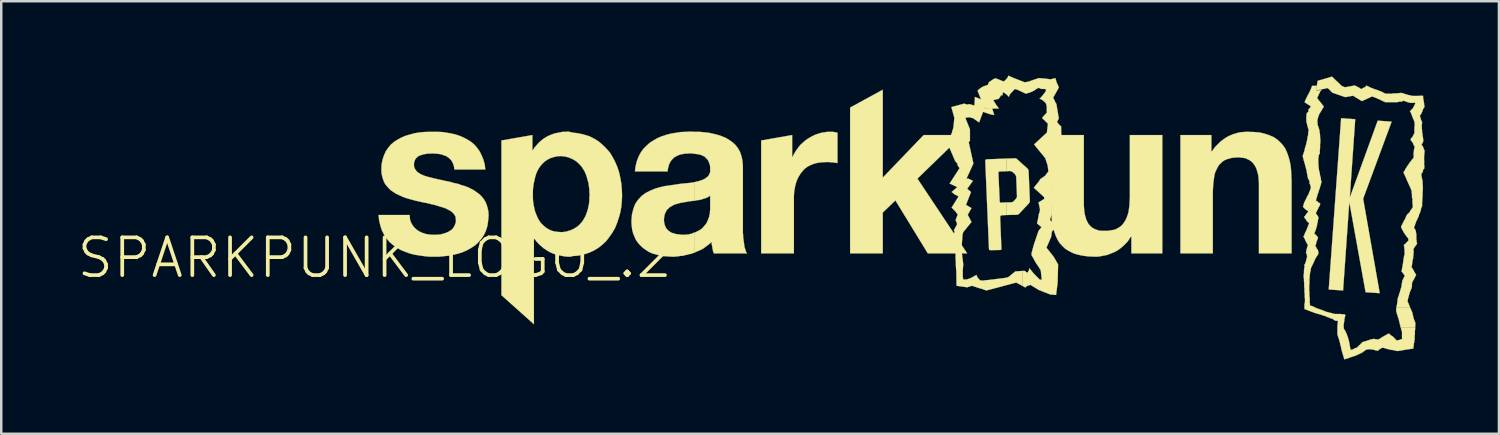
<source format=kicad_pcb>
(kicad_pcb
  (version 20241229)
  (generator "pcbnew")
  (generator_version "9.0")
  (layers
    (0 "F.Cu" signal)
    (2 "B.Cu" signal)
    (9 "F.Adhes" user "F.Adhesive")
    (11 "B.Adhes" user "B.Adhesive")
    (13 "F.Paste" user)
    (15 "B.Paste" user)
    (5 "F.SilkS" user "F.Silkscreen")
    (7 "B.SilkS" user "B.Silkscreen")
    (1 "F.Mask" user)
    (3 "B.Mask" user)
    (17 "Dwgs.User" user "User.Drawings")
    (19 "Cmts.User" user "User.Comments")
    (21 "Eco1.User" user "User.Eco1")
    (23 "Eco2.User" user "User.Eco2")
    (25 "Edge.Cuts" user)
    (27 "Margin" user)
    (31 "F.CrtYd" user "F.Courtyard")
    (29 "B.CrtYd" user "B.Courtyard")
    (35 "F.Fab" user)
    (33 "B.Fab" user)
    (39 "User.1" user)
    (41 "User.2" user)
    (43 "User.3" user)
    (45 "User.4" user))
  (footprint "SPARKPUNK_LOGO_.2"
    (layer "F.Cu")
    (at 12.083 7.363)
    (property "Reference" "SPARKPUNK_LOGO_.2" (at 0 0 0) (layer "F.SilkS") (effects (font (size 1.524 1.524) (thickness 0.15))))
    (attr exclude_from_pos_files exclude_from_bom)
    (fp_poly (pts (xy 26.17 1.138) (xy 26.17 0.528) (xy 25.87 0.549) (xy 25.588 0.78) (xy 25.519 0.798) (xy 25.418 0.818) (xy 24.648 0.909) (xy 24.648 1.298) (xy 24.699 1.318) (xy 25.908 0.998)) (stroke (width 0.01) (type solid)) (fill yes) (layer "F.SilkS"))
    (fp_poly (pts (xy 39.599 -5.598) (xy 39.378 -2.428) (xy 40.508 -5.54) (xy 41.069 -5.499) (xy 39.919 -2.388) (xy 40.589 1.427) (xy 40.018 1.389) (xy 39.36 -2.258) (xy 39.108 1.318) (xy 38.529 1.278) (xy 39.03 -5.639)) (stroke (width 0.01) (type solid)) (fill yes) (layer "F.SilkS"))
    (fp_poly (pts (xy 19.2 -6.068) (xy 20.518 -6.789) (xy 20.518 -3.239) (xy 22.169 -4.958) (xy 23.729 -4.958) (xy 21.918 -3.198) (xy 23.929 -0.178) (xy 22.339 -0.178) (xy 21.029 -2.319) (xy 20.518 -1.829) (xy 20.518 -0.178) (xy 19.2 -0.178)) (stroke (width 0.01) (type solid)) (fill yes) (layer "F.SilkS"))
    (fp_poly (pts (xy 15.608 -4.74) (xy 16.858 -4.958) (xy 16.858 -4.079) (xy 16.878 -4.079) (xy 16.929 -4.188) (xy 16.988 -4.288) (xy 17.13 -4.488) (xy 17.209 -4.58) (xy 17.389 -4.74) (xy 17.488 -4.808) (xy 17.59 -4.869) (xy 17.699 -4.928) (xy 17.808 -4.978) (xy 17.93 -5.019) (xy 18.039 -5.05) (xy 18.278 -5.088) (xy 18.519 -5.088) (xy 18.539 -5.08) (xy 18.57 -5.08) (xy 18.588 -5.07) (xy 18.618 -5.07) (xy 18.639 -5.06) (xy 18.659 -5.06) (xy 18.679 -5.05) (xy 18.689 -5.05) (xy 18.689 -3.828) (xy 18.669 -3.828) (xy 18.649 -3.838) (xy 18.588 -3.838) (xy 18.56 -3.848) (xy 18.529 -3.848) (xy 18.499 -3.858) (xy 18.41 -3.858) (xy 18.379 -3.868) (xy 18.219 -3.868) (xy 18.049 -3.858) (xy 17.889 -3.838) (xy 17.739 -3.8) (xy 17.61 -3.749) (xy 17.488 -3.688) (xy 17.379 -3.609) (xy 17.29 -3.518) (xy 17.209 -3.419) (xy 17.14 -3.31) (xy 17.079 -3.198) (xy 17.028 -3.068) (xy 16.988 -2.929) (xy 16.96 -2.789) (xy 16.939 -2.649) (xy 16.929 -2.489) (xy 16.929 -0.178) (xy 15.608 -0.178)) (stroke (width 0.01) (type solid)) (fill yes) (layer "F.SilkS"))
    (fp_poly (pts (xy 25.519 -4.008) (xy 24.709 -3.978) (xy 24.699 -3.978) (xy 24.689 -3.967) (xy 24.679 -3.967) (xy 24.679 -3.96) (xy 24.668 -3.95) (xy 24.668 -3.94) (xy 24.658 -3.929) (xy 24.658 -3.909) (xy 24.808 -0.358) (xy 24.808 -0.338) (xy 24.818 -0.338) (xy 24.818 -0.328) (xy 24.828 -0.328) (xy 24.828 -0.318) (xy 24.839 -0.318) (xy 24.849 -0.31) (xy 24.869 -0.31) (xy 25.258 -0.318) (xy 25.278 -0.318) (xy 25.288 -0.328) (xy 25.298 -0.328) (xy 25.298 -0.338) (xy 25.309 -0.338) (xy 25.309 -0.378) (xy 25.258 -1.659) (xy 25.268 -1.669) (xy 25.268 -1.689) (xy 25.278 -1.699) (xy 25.288 -1.699) (xy 25.288 -1.709) (xy 25.298 -1.709) (xy 25.309 -1.72) (xy 25.319 -1.72) (xy 25.519 -1.73) (xy 25.519 -2.238) (xy 25.298 -2.228) (xy 25.268 -2.228) (xy 25.248 -2.248) (xy 25.248 -2.258) (xy 25.24 -2.258) (xy 25.24 -2.289) (xy 25.189 -3.429) (xy 25.189 -3.459) (xy 25.199 -3.459) (xy 25.199 -3.47) (xy 25.209 -3.47) (xy 25.209 -3.48) (xy 25.22 -3.48) (xy 25.23 -3.49) (xy 25.248 -3.49) (xy 25.519 -3.498)) (stroke (width 0.01) (type solid)) (fill yes) (layer "F.SilkS"))
    (fp_poly (pts (xy 7.968 -5.06) (xy 7.968 -3.998) (xy 8.059 -3.95) (xy 8.148 -3.889) (xy 8.219 -3.828) (xy 8.288 -3.759) (xy 8.359 -3.678) (xy 8.41 -3.599) (xy 8.468 -3.508) (xy 8.509 -3.419) (xy 8.55 -3.32) (xy 8.578 -3.218) (xy 8.608 -3.109) (xy 8.639 -3.01) (xy 8.649 -2.898) (xy 8.669 -2.779) (xy 8.669 -2.67) (xy 8.679 -2.558) (xy 8.669 -2.438) (xy 8.669 -2.329) (xy 8.659 -2.21) (xy 8.639 -2.108) (xy 8.618 -1.999) (xy 8.588 -1.89) (xy 8.55 -1.788) (xy 8.519 -1.699) (xy 8.418 -1.519) (xy 8.359 -1.438) (xy 8.298 -1.369) (xy 8.23 -1.298) (xy 8.148 -1.24) (xy 8.07 -1.189) (xy 7.968 -1.138) (xy 7.968 -0.069) (xy 8.219 -0.089) (xy 8.448 -0.14) (xy 8.659 -0.208) (xy 8.86 -0.3) (xy 9.04 -0.409) (xy 9.2 -0.538) (xy 9.35 -0.678) (xy 9.479 -0.848) (xy 9.599 -1.019) (xy 9.708 -1.209) (xy 9.789 -1.41) (xy 9.858 -1.618) (xy 9.919 -1.839) (xy 9.959 -2.06) (xy 9.98 -2.289) (xy 9.99 -2.52) (xy 9.98 -2.769) (xy 9.959 -3) (xy 9.919 -3.228) (xy 9.868 -3.459) (xy 9.799 -3.668) (xy 9.708 -3.879) (xy 9.609 -4.069) (xy 9.5 -4.249) (xy 9.36 -4.409) (xy 9.207 -4.559) (xy 9.047 -4.699) (xy 8.87 -4.808) (xy 8.669 -4.91) (xy 8.448 -4.978) (xy 8.219 -5.029)) (stroke (width 0.01) (type solid)) (fill yes) (layer "F.SilkS"))
    (fp_poly (pts (xy 31.808 -0.178) (xy 30.559 -0.178) (xy 30.559 -0.848) (xy 30.528 -0.848) (xy 30.47 -0.749) (xy 30.399 -0.648) (xy 30.239 -0.488) (xy 30.16 -0.419) (xy 30.069 -0.348) (xy 29.98 -0.29) (xy 29.888 -0.239) (xy 29.588 -0.119) (xy 29.489 -0.099) (xy 29.378 -0.079) (xy 29.279 -0.058) (xy 29.18 -0.048) (xy 29.068 -0.048) (xy 28.819 -0.058) (xy 28.588 -0.089) (xy 28.39 -0.13) (xy 28.209 -0.188) (xy 28.049 -0.269) (xy 27.899 -0.358) (xy 27.78 -0.47) (xy 27.668 -0.589) (xy 27.579 -0.729) (xy 27.508 -0.879) (xy 27.45 -1.039) (xy 27.399 -1.209) (xy 27.358 -1.4) (xy 27.338 -1.598) (xy 27.328 -1.798) (xy 27.318 -2.019) (xy 27.318 -4.958) (xy 28.639 -4.958) (xy 28.639 -2.118) (xy 28.659 -1.859) (xy 28.679 -1.748) (xy 28.71 -1.638) (xy 28.738 -1.539) (xy 28.819 -1.379) (xy 28.88 -1.308) (xy 28.938 -1.25) (xy 29.009 -1.199) (xy 29.088 -1.158) (xy 29.169 -1.128) (xy 29.258 -1.1) (xy 29.367 -1.09) (xy 29.609 -1.09) (xy 29.728 -1.11) (xy 29.84 -1.128) (xy 29.939 -1.158) (xy 30.028 -1.209) (xy 30.109 -1.26) (xy 30.188 -1.328) (xy 30.249 -1.41) (xy 30.31 -1.499) (xy 30.358 -1.598) (xy 30.399 -1.709) (xy 30.439 -1.829) (xy 30.46 -1.968) (xy 30.48 -2.118) (xy 30.488 -2.278) (xy 30.498 -2.459) (xy 30.498 -4.958) (xy 31.808 -4.958)) (stroke (width 0.01) (type solid)) (fill yes) (layer "F.SilkS"))
    (fp_poly (pts (xy 32.54 -4.958) (xy 33.79 -4.958) (xy 33.79 -4.298) (xy 33.81 -4.298) (xy 33.879 -4.399) (xy 33.95 -4.488) (xy 34.11 -4.648) (xy 34.188 -4.719) (xy 34.28 -4.788) (xy 34.369 -4.849) (xy 34.458 -4.9) (xy 34.559 -4.948) (xy 34.658 -4.989) (xy 34.859 -5.05) (xy 34.958 -5.07) (xy 35.07 -5.08) (xy 35.169 -5.088) (xy 35.278 -5.088) (xy 35.53 -5.08) (xy 35.748 -5.06) (xy 35.959 -5.009) (xy 36.139 -4.948) (xy 36.299 -4.879) (xy 36.449 -4.778) (xy 36.568 -4.669) (xy 36.678 -4.549) (xy 36.769 -4.42) (xy 36.838 -4.27) (xy 36.899 -4.1) (xy 36.949 -3.929) (xy 36.987 -3.739) (xy 37.008 -3.548) (xy 37.018 -3.338) (xy 37.028 -3.119) (xy 37.028 -0.178) (xy 35.71 -0.178) (xy 35.71 -3.018) (xy 35.7 -3.16) (xy 35.69 -3.279) (xy 35.669 -3.399) (xy 35.608 -3.599) (xy 35.568 -3.688) (xy 35.469 -3.828) (xy 35.408 -3.889) (xy 35.339 -3.94) (xy 35.179 -4.018) (xy 35.08 -4.039) (xy 34.978 -4.049) (xy 34.869 -4.059) (xy 34.74 -4.049) (xy 34.618 -4.039) (xy 34.508 -4.008) (xy 34.409 -3.978) (xy 34.318 -3.94) (xy 34.229 -3.879) (xy 34.089 -3.739) (xy 34.039 -3.65) (xy 33.988 -3.548) (xy 33.939 -3.439) (xy 33.909 -3.31) (xy 33.889 -3.17) (xy 33.868 -3.018) (xy 33.858 -2.857) (xy 33.848 -2.69) (xy 33.848 -0.178) (xy 32.54 -0.178)) (stroke (width 0.01) (type solid)) (fill yes) (layer "F.SilkS"))
    (fp_poly (pts (xy 41.819 2.019) (xy 41.26 2.019) (xy 41.25 2.139) (xy 41.27 2.2) (xy 41.278 2.22) (xy 41.278 2.248) (xy 41.288 2.278) (xy 41.298 2.299) (xy 41.308 2.329) (xy 41.318 2.349) (xy 41.318 2.38) (xy 41.328 2.408) (xy 41.339 2.428) (xy 41.359 2.489) (xy 41.359 2.51) (xy 41.379 2.568) (xy 41.379 2.588) (xy 41.389 2.609) (xy 41.389 2.629) (xy 41.399 2.649) (xy 41.399 2.68) (xy 41.41 2.69) (xy 41.41 2.718) (xy 41.42 2.728) (xy 41.42 2.769) (xy 41.438 2.809) (xy 42.019 2.809) (xy 42.019 2.728) (xy 42.029 2.718) (xy 42.029 2.629) (xy 42.019 2.619) (xy 42.019 2.598) (xy 42.009 2.578) (xy 41.999 2.568) (xy 41.999 2.548) (xy 41.989 2.53) (xy 41.979 2.52) (xy 41.979 2.499) (xy 41.958 2.459) (xy 41.958 2.438) (xy 41.948 2.418) (xy 41.948 2.398) (xy 41.938 2.38) (xy 41.938 2.339) (xy 41.928 2.329) (xy 41.928 2.299) (xy 41.918 2.289) (xy 41.918 2.258) (xy 41.91 2.248) (xy 41.91 2.228) (xy 41.9 2.22) (xy 41.9 2.2) (xy 41.89 2.179) (xy 41.89 2.169) (xy 41.88 2.159) (xy 41.88 2.149) (xy 41.869 2.129) (xy 41.869 2.118) (xy 41.859 2.108) (xy 41.859 2.098) (xy 41.849 2.088) (xy 41.849 2.078) (xy 41.839 2.06) (xy 41.829 2.05) (xy 41.829 2.04) (xy 41.819 2.029)) (stroke (width 0.01) (type solid)) (fill yes) (layer "F.SilkS"))
    (fp_poly (pts (xy 25.519 -4.008) (xy 25.519 -3.498) (xy 25.649 -3.508) (xy 25.659 -3.508) (xy 25.669 -3.498) (xy 25.71 -3.498) (xy 25.718 -3.49) (xy 25.728 -3.49) (xy 25.738 -3.48) (xy 25.748 -3.48) (xy 25.748 -3.47) (xy 25.758 -3.47) (xy 25.87 -3.368) (xy 25.87 -3.358) (xy 25.878 -3.348) (xy 25.878 -3.338) (xy 25.888 -3.338) (xy 25.888 -3.32) (xy 25.898 -3.32) (xy 25.898 -3.289) (xy 25.908 -3.279) (xy 25.908 -3.269) (xy 25.938 -2.499) (xy 25.938 -2.459) (xy 25.928 -2.449) (xy 25.928 -2.428) (xy 25.918 -2.418) (xy 25.918 -2.408) (xy 25.908 -2.408) (xy 25.908 -2.398) (xy 25.809 -2.289) (xy 25.789 -2.268) (xy 25.778 -2.268) (xy 25.768 -2.258) (xy 25.758 -2.258) (xy 25.748 -2.248) (xy 25.718 -2.248) (xy 25.718 -2.238) (xy 25.519 -2.238) (xy 25.519 -1.73) (xy 25.938 -1.74) (xy 25.949 -1.74) (xy 25.949 -1.748) (xy 25.979 -1.748) (xy 25.989 -1.758) (xy 25.999 -1.758) (xy 26.01 -1.768) (xy 26.02 -1.768) (xy 26.02 -1.778) (xy 26.03 -1.778) (xy 26.03 -1.788) (xy 26.419 -2.2) (xy 26.419 -2.21) (xy 26.439 -2.228) (xy 26.439 -2.238) (xy 26.449 -2.248) (xy 26.449 -2.268) (xy 26.459 -2.278) (xy 26.459 -2.299) (xy 26.408 -3.508) (xy 26.408 -3.518) (xy 26.398 -3.528) (xy 26.398 -3.548) (xy 26.388 -3.559) (xy 26.388 -3.579) (xy 26.358 -3.609) (xy 25.938 -3.988) (xy 25.928 -3.988) (xy 25.928 -3.998) (xy 25.918 -3.998) (xy 25.908 -4.008) (xy 25.888 -4.008) (xy 25.888 -4.018) (xy 25.85 -4.018)) (stroke (width 0.01) (type solid)) (fill yes) (layer "F.SilkS"))
    (fp_poly (pts (xy 12.929 -0.218) (xy 12.929 -1.019) (xy 12.898 -1.019) (xy 12.857 -0.998) (xy 12.83 -0.988) (xy 12.809 -0.978) (xy 12.779 -0.968) (xy 12.758 -0.968) (xy 12.7 -0.95) (xy 12.68 -0.95) (xy 12.649 -0.94) (xy 12.588 -0.94) (xy 12.548 -0.93) (xy 12.408 -0.93) (xy 12.248 -0.95) (xy 12.179 -0.958) (xy 12.04 -0.998) (xy 11.979 -1.019) (xy 11.918 -1.059) (xy 11.869 -1.09) (xy 11.819 -1.138) (xy 11.778 -1.189) (xy 11.748 -1.24) (xy 11.72 -1.308) (xy 11.699 -1.379) (xy 11.689 -1.448) (xy 11.679 -1.539) (xy 11.689 -1.628) (xy 11.699 -1.709) (xy 11.72 -1.778) (xy 11.778 -1.9) (xy 11.819 -1.958) (xy 11.869 -1.999) (xy 11.918 -2.05) (xy 11.979 -2.078) (xy 12.04 -2.118) (xy 12.098 -2.149) (xy 12.309 -2.21) (xy 12.388 -2.228) (xy 12.459 -2.238) (xy 12.489 -2.248) (xy 12.52 -2.248) (xy 12.548 -2.258) (xy 12.578 -2.258) (xy 12.609 -2.268) (xy 12.639 -2.268) (xy 12.659 -2.278) (xy 12.718 -2.278) (xy 12.748 -2.289) (xy 12.779 -2.289) (xy 12.809 -2.299) (xy 12.868 -2.299) (xy 12.898 -2.309) (xy 12.929 -2.309) (xy 12.929 -3.058) (xy 12.748 -3.028) (xy 12.349 -2.99) (xy 11.72 -2.898) (xy 11.509 -2.85) (xy 11.308 -2.789) (xy 11.118 -2.708) (xy 10.94 -2.619) (xy 10.78 -2.499) (xy 10.648 -2.36) (xy 10.528 -2.189) (xy 10.45 -1.989) (xy 10.389 -1.748) (xy 10.368 -1.478) (xy 10.378 -1.298) (xy 10.399 -1.138) (xy 10.439 -0.978) (xy 10.498 -0.838) (xy 10.559 -0.709) (xy 10.638 -0.599) (xy 10.739 -0.488) (xy 10.838 -0.399) (xy 10.95 -0.318) (xy 11.079 -0.239) (xy 11.209 -0.178) (xy 11.509 -0.099) (xy 11.659 -0.069) (xy 11.999 -0.048) (xy 12.118 -0.048) (xy 12.179 -0.058) (xy 12.228 -0.058) (xy 12.349 -0.079) (xy 12.408 -0.079) (xy 12.469 -0.089) (xy 12.53 -0.109) (xy 12.588 -0.119) (xy 12.639 -0.13) (xy 12.7 -0.15) (xy 12.758 -0.157) (xy 12.819 -0.178) (xy 12.868 -0.198)) (stroke (width 0.01) (type solid)) (fill yes) (layer "F.SilkS"))
    (fp_poly (pts (xy 7.968 -5.06) (xy 7.958 -5.06) (xy 7.948 -5.07) (xy 7.92 -5.07) (xy 7.91 -5.08) (xy 7.879 -5.08) (xy 7.879 -5.088) (xy 7.849 -5.088) (xy 7.828 -5.098) (xy 7.808 -5.098) (xy 7.699 -5.088) (xy 7.59 -5.088) (xy 7.29 -5.029) (xy 7.188 -4.999) (xy 7.089 -4.958) (xy 6.998 -4.92) (xy 6.909 -4.869) (xy 6.828 -4.818) (xy 6.739 -4.75) (xy 6.668 -4.689) (xy 6.589 -4.608) (xy 6.449 -4.448) (xy 6.388 -4.348) (xy 6.368 -4.348) (xy 6.368 -4.958) (xy 5.118 -4.74) (xy 5.118 1.509) (xy 6.429 2.68) (xy 6.429 -0.77) (xy 6.459 -0.77) (xy 6.518 -0.678) (xy 6.589 -0.599) (xy 6.66 -0.528) (xy 6.82 -0.389) (xy 6.899 -0.338) (xy 6.988 -0.279) (xy 7.079 -0.229) (xy 7.168 -0.188) (xy 7.269 -0.15) (xy 7.358 -0.119) (xy 7.46 -0.099) (xy 7.569 -0.079) (xy 7.668 -0.058) (xy 7.777 -0.048) (xy 7.92 -0.048) (xy 7.92 -0.058) (xy 7.948 -0.058) (xy 7.958 -0.069) (xy 7.968 -0.069) (xy 7.968 -1.138) (xy 7.948 -1.128) (xy 7.92 -1.118) (xy 7.899 -1.11) (xy 7.869 -1.1) (xy 7.849 -1.09) (xy 7.818 -1.09) (xy 7.798 -1.079) (xy 7.739 -1.059) (xy 7.719 -1.059) (xy 7.689 -1.049) (xy 7.628 -1.049) (xy 7.6 -1.039) (xy 7.529 -1.039) (xy 7.379 -1.049) (xy 7.239 -1.069) (xy 7.109 -1.11) (xy 6.998 -1.168) (xy 6.888 -1.24) (xy 6.8 -1.318) (xy 6.708 -1.41) (xy 6.64 -1.509) (xy 6.579 -1.618) (xy 6.48 -1.859) (xy 6.449 -1.989) (xy 6.419 -2.129) (xy 6.398 -2.268) (xy 6.388 -2.408) (xy 6.388 -2.697) (xy 6.398 -2.85) (xy 6.419 -2.99) (xy 6.449 -3.129) (xy 6.48 -3.259) (xy 6.518 -3.388) (xy 6.568 -3.508) (xy 6.629 -3.619) (xy 6.708 -3.729) (xy 6.789 -3.818) (xy 6.878 -3.899) (xy 6.98 -3.967) (xy 7.099 -4.028) (xy 7.229 -4.069) (xy 7.369 -4.1) (xy 7.518 -4.11) (xy 7.559 -4.11) (xy 7.59 -4.1) (xy 7.648 -4.1) (xy 7.678 -4.089) (xy 7.709 -4.089) (xy 7.77 -4.069) (xy 7.788 -4.069) (xy 7.849 -4.049) (xy 7.869 -4.039) (xy 7.899 -4.028) (xy 7.92 -4.018) (xy 7.948 -4.008) (xy 7.968 -3.998)) (stroke (width 0.01) (type solid)) (fill yes) (layer "F.SilkS"))
    (fp_poly (pts (xy 12.769 -5.098) (xy 12.558 -5.088) (xy 12.36 -5.08) (xy 12.169 -5.05) (xy 11.968 -5.019) (xy 11.778 -4.968) (xy 11.598 -4.91) (xy 11.43 -4.839) (xy 11.27 -4.75) (xy 11.11 -4.648) (xy 10.978 -4.529) (xy 10.848 -4.399) (xy 10.749 -4.26) (xy 10.658 -4.089) (xy 10.589 -3.909) (xy 10.538 -3.708) (xy 10.508 -3.49) (xy 11.829 -3.49) (xy 11.839 -3.579) (xy 11.859 -3.668) (xy 11.88 -3.749) (xy 11.908 -3.818) (xy 11.948 -3.889) (xy 11.989 -3.95) (xy 12.088 -4.049) (xy 12.149 -4.089) (xy 12.21 -4.12) (xy 12.349 -4.178) (xy 12.428 -4.188) (xy 12.52 -4.209) (xy 12.609 -4.209) (xy 12.7 -4.219) (xy 12.779 -4.219) (xy 12.868 -4.209) (xy 13.028 -4.188) (xy 13.099 -4.178) (xy 13.17 -4.158) (xy 13.238 -4.128) (xy 13.299 -4.1) (xy 13.358 -4.059) (xy 13.399 -4.008) (xy 13.449 -3.96) (xy 13.48 -3.899) (xy 13.508 -3.828) (xy 13.538 -3.749) (xy 13.548 -3.658) (xy 13.548 -3.459) (xy 13.528 -3.409) (xy 13.49 -3.33) (xy 13.459 -3.289) (xy 13.338 -3.198) (xy 13.289 -3.17) (xy 13.238 -3.15) (xy 13.058 -3.089) (xy 12.99 -3.078) (xy 12.929 -3.058) (xy 12.929 -2.309) (xy 12.969 -2.319) (xy 13.018 -2.329) (xy 13.068 -2.329) (xy 13.109 -2.339) (xy 13.16 -2.349) (xy 13.238 -2.37) (xy 13.279 -2.388) (xy 13.358 -2.408) (xy 13.399 -2.428) (xy 13.429 -2.438) (xy 13.47 -2.459) (xy 13.528 -2.499) (xy 13.548 -2.52) (xy 13.548 -1.928) (xy 13.538 -1.869) (xy 13.538 -1.798) (xy 13.518 -1.73) (xy 13.508 -1.659) (xy 13.48 -1.587) (xy 13.449 -1.509) (xy 13.419 -1.438) (xy 13.378 -1.369) (xy 13.259 -1.229) (xy 13.198 -1.168) (xy 13.119 -1.118) (xy 13.028 -1.069) (xy 12.929 -1.019) (xy 12.929 -0.218) (xy 12.969 -0.239) (xy 13.068 -0.279) (xy 13.109 -0.3) (xy 13.16 -0.318) (xy 13.198 -0.338) (xy 13.249 -0.368) (xy 13.289 -0.389) (xy 13.528 -0.569) (xy 13.599 -0.638) (xy 13.609 -0.61) (xy 13.609 -0.549) (xy 13.619 -0.528) (xy 13.619 -0.498) (xy 13.63 -0.47) (xy 13.63 -0.439) (xy 13.64 -0.409) (xy 13.64 -0.378) (xy 13.658 -0.318) (xy 13.658 -0.29) (xy 13.678 -0.229) (xy 13.688 -0.208) (xy 13.698 -0.178) (xy 15.039 -0.178) (xy 15.009 -0.218) (xy 14.989 -0.259) (xy 14.978 -0.31) (xy 14.958 -0.368) (xy 14.938 -0.419) (xy 14.928 -0.488) (xy 14.92 -0.549) (xy 14.9 -0.688) (xy 14.889 -0.77) (xy 14.879 -0.838) (xy 14.879 -0.919) (xy 14.869 -0.998) (xy 14.869 -3.729) (xy 14.849 -3.94) (xy 14.808 -4.12) (xy 14.75 -4.288) (xy 14.668 -4.43) (xy 14.569 -4.559) (xy 14.448 -4.669) (xy 14.318 -4.76) (xy 14.168 -4.849) (xy 14.018 -4.91) (xy 13.848 -4.968) (xy 13.678 -5.009) (xy 13.498 -5.05) (xy 13.31 -5.07) (xy 13.129 -5.088) (xy 12.949 -5.088)) (stroke (width 0.01) (type solid)) (fill yes) (layer "F.SilkS"))
    (fp_poly (pts (xy 1.41 -1.73) (xy 1.42 -1.628) (xy 1.427 -1.539) (xy 1.458 -1.448) (xy 1.499 -1.369) (xy 1.539 -1.298) (xy 1.598 -1.229) (xy 1.659 -1.168) (xy 1.72 -1.118) (xy 1.798 -1.069) (xy 1.88 -1.029) (xy 1.958 -0.998) (xy 2.05 -0.968) (xy 2.139 -0.95) (xy 2.319 -0.93) (xy 2.489 -0.93) (xy 2.558 -0.94) (xy 2.639 -0.94) (xy 2.85 -0.998) (xy 2.99 -1.059) (xy 3.109 -1.138) (xy 3.16 -1.189) (xy 3.198 -1.25) (xy 3.228 -1.308) (xy 3.259 -1.379) (xy 3.279 -1.458) (xy 3.279 -1.539) (xy 3.259 -1.679) (xy 3.178 -1.798) (xy 3.058 -1.9) (xy 2.979 -1.938) (xy 2.888 -1.989) (xy 2.779 -2.029) (xy 2.67 -2.06) (xy 2.548 -2.098) (xy 2.418 -2.139) (xy 2.278 -2.169) (xy 2.118 -2.21) (xy 1.958 -2.238) (xy 1.788 -2.278) (xy 1.648 -2.309) (xy 1.499 -2.349) (xy 1.359 -2.388) (xy 1.229 -2.428) (xy 1.1 -2.479) (xy 0.968 -2.54) (xy 0.848 -2.598) (xy 0.739 -2.67) (xy 0.638 -2.738) (xy 0.549 -2.83) (xy 0.47 -2.918) (xy 0.399 -3.018) (xy 0.348 -3.139) (xy 0.31 -3.259) (xy 0.279 -3.399) (xy 0.269 -3.559) (xy 0.279 -3.78) (xy 0.318 -3.967) (xy 0.378 -4.148) (xy 0.45 -4.308) (xy 0.549 -4.448) (xy 0.658 -4.58) (xy 0.79 -4.689) (xy 0.93 -4.778) (xy 1.079 -4.859) (xy 1.24 -4.928) (xy 1.598 -5.029) (xy 1.778 -5.06) (xy 1.968 -5.08) (xy 2.159 -5.088) (xy 2.548 -5.088) (xy 2.738 -5.08) (xy 2.929 -5.05) (xy 3.109 -5.019) (xy 3.279 -4.978) (xy 3.449 -4.92) (xy 3.609 -4.849) (xy 3.759 -4.768) (xy 3.899 -4.679) (xy 4.028 -4.569) (xy 4.138 -4.44) (xy 4.239 -4.298) (xy 4.318 -4.138) (xy 4.389 -3.967) (xy 4.44 -3.78) (xy 4.468 -3.569) (xy 3.218 -3.569) (xy 3.208 -3.658) (xy 3.188 -3.739) (xy 3.16 -3.818) (xy 3.129 -3.879) (xy 3.089 -3.94) (xy 3.038 -3.998) (xy 2.99 -4.039) (xy 2.868 -4.12) (xy 2.799 -4.138) (xy 2.728 -4.168) (xy 2.649 -4.188) (xy 2.489 -4.209) (xy 2.408 -4.209) (xy 2.319 -4.219) (xy 2.258 -4.209) (xy 2.139 -4.209) (xy 1.958 -4.178) (xy 1.839 -4.138) (xy 1.788 -4.12) (xy 1.74 -4.089) (xy 1.659 -4.008) (xy 1.628 -3.96) (xy 1.587 -3.838) (xy 1.587 -3.688) (xy 1.618 -3.609) (xy 1.659 -3.538) (xy 1.709 -3.48) (xy 1.778 -3.429) (xy 1.859 -3.378) (xy 1.948 -3.338) (xy 2.05 -3.299) (xy 2.159 -3.269) (xy 2.398 -3.208) (xy 2.659 -3.15) (xy 3.078 -3.058) (xy 3.218 -3.018) (xy 3.358 -2.99) (xy 3.498 -2.939) (xy 3.64 -2.898) (xy 3.769 -2.85) (xy 4.008 -2.728) (xy 4.229 -2.568) (xy 4.318 -2.479) (xy 4.399 -2.38) (xy 4.468 -2.268) (xy 4.519 -2.149) (xy 4.559 -2.019) (xy 4.59 -1.869) (xy 4.6 -1.72) (xy 4.58 -1.488) (xy 4.549 -1.278) (xy 4.488 -1.09) (xy 4.409 -0.919) (xy 4.308 -0.77) (xy 4.188 -0.63) (xy 4.059 -0.508) (xy 3.909 -0.409) (xy 3.749 -0.318) (xy 3.579 -0.239) (xy 3.399 -0.178) (xy 3.208 -0.13) (xy 3.01 -0.089) (xy 2.609 -0.048) (xy 2.2 -0.048) (xy 1.999 -0.069) (xy 1.788 -0.099) (xy 1.598 -0.13) (xy 1.41 -0.178) (xy 1.219 -0.249) (xy 1.049 -0.318) (xy 0.889 -0.419) (xy 0.739 -0.518) (xy 0.599 -0.638) (xy 0.478 -0.78) (xy 0.378 -0.94) (xy 0.29 -1.11) (xy 0.229 -1.298) (xy 0.178 -1.509) (xy 0.157 -1.73)) (stroke (width 0.01) (type solid)) (fill yes) (layer "F.SilkS"))
    (fp_poly (pts (xy 25.588 -7.358) (xy 25.568 -7.3) (xy 25.53 -7.239) (xy 25.408 -7.12) (xy 25.08 -7.249) (xy 25.009 -7.229) (xy 24.798 -7.089) (xy 24.808 -7.079) (xy 24.778 -7.028) (xy 24.76 -6.98) (xy 24.709 -6.97) (xy 24.549 -6.909) (xy 24.409 -6.81) (xy 24.348 -6.749) (xy 24.399 -6.619) (xy 24.488 -6.398) (xy 24.239 -6.5) (xy 24.239 -6.449) (xy 24.219 -6.149) (xy 24.018 -6.208) (xy 23.919 -6.19) (xy 23.81 -6.228) (xy 23.289 -6.088) (xy 23.409 -5.659) (xy 23.378 -5.319) (xy 23.358 -5.22) (xy 23.348 -5.179) (xy 23.348 -5.169) (xy 23.338 -5.159) (xy 23.31 -5.05) (xy 23.129 -4.638) (xy 23.439 -3.919) (xy 23.548 -3.78) (xy 23.528 -3.759) (xy 23.619 -3.619) (xy 23.218 -3) (xy 23.528 -2.857) (xy 23.299 -2.659) (xy 23.429 -2.558) (xy 23.579 -2.479) (xy 23.368 -2.139) (xy 23.299 -2.029) (xy 23.439 -1.89) (xy 23.508 -1.798) (xy 23.548 -1.758) (xy 23.459 -1.519) (xy 23.508 -1.427) (xy 23.518 -1.349) (xy 23.388 -1.11) (xy 23.419 -1.069) (xy 23.388 -0.93) (xy 23.368 -0.798) (xy 23.439 -0.3) (xy 23.459 -0.178) (xy 23.459 0.058) (xy 23.47 0.157) (xy 23.47 0.3) (xy 23.49 0.579) (xy 23.498 1.128) (xy 23.929 1.189) (xy 24.12 1.128) (xy 24.369 1.209) (xy 24.43 1.229) (xy 24.448 1.229) (xy 24.458 1.24) (xy 24.488 1.24) (xy 24.648 1.298) (xy 24.648 0.909) (xy 24.59 0.919) (xy 24.448 0.909) (xy 24.348 0.798) (xy 24.298 0.688) (xy 24.199 0.749) (xy 24.089 0.808) (xy 23.929 0.869) (xy 23.769 0.879) (xy 23.749 0.749) (xy 23.749 0.498) (xy 23.769 0.259) (xy 23.759 0.188) (xy 23.749 0.109) (xy 23.729 -0.038) (xy 23.698 -0.358) (xy 23.739 -0.94) (xy 23.769 -1.039) (xy 24.1 -1.448) (xy 23.95 -1.74) (xy 24.1 -2.009) (xy 23.879 -2.139) (xy 24.059 -2.598) (xy 24.079 -2.659) (xy 23.929 -2.789) (xy 24.158 -3.109) (xy 23.978 -3.198) (xy 23.899 -3.198) (xy 24.178 -3.81) (xy 23.988 -4.679) (xy 24.039 -4.719) (xy 24.039 -5.189) (xy 23.879 -5.588) (xy 23.858 -5.659) (xy 24.008 -5.679) (xy 24.168 -5.639) (xy 24.409 -5.469) (xy 24.569 -5.898) (xy 24.818 -5.809) (xy 24.948 -5.779) (xy 25.019 -5.768) (xy 24.938 -6.03) (xy 24.658 -6.03) (xy 24.618 -6.119) (xy 24.668 -6.038) (xy 24.938 -6.03) (xy 25.209 -6.03) (xy 25.179 -6.068) (xy 25.098 -6.18) (xy 25.019 -6.309) (xy 24.978 -6.368) (xy 25.088 -6.398) (xy 25.199 -6.419) (xy 25.309 -6.579) (xy 25.359 -6.558) (xy 25.359 -6.629) (xy 25.38 -6.698) (xy 25.418 -6.668) (xy 25.519 -6.599) (xy 25.588 -6.528) (xy 25.608 -6.5) (xy 25.629 -6.548) (xy 25.639 -6.579) (xy 25.639 -6.589) (xy 25.649 -6.599) (xy 25.7 -6.66) (xy 25.85 -6.82) (xy 25.959 -6.789) (xy 26.299 -6.629) (xy 26.49 -6.688) (xy 26.619 -6.749) (xy 26.708 -6.81) (xy 26.81 -6.868) (xy 26.919 -6.82) (xy 27.048 -6.82) (xy 27.12 -6.8) (xy 27.089 -6.708) (xy 26.998 -6.589) (xy 26.899 -6.469) (xy 26.848 -6.429) (xy 26.899 -6.408) (xy 26.988 -6.358) (xy 27.109 -6.238) (xy 27.14 -6.119) (xy 27.14 -5.949) (xy 27.148 -5.87) (xy 26.98 -5.69) (xy 26.96 -5.629) (xy 27.028 -5.578) (xy 27.188 -5.418) (xy 27.148 -5.06) (xy 26.629 -4.58) (xy 27.079 -4.028) (xy 27.178 -3.729) (xy 27.208 -3.49) (xy 27.069 -3.31) (xy 26.878 -3.178) (xy 26.827 -3.089) (xy 26.619 -2.83) (xy 27.028 -2.459) (xy 27.048 -2.388) (xy 26.81 -2.238) (xy 26.868 -1.958) (xy 26.858 -1.869) (xy 26.82 -1.758) (xy 26.81 -1.689) (xy 26.789 -1.57) (xy 26.749 -1.389) (xy 26.929 -1.24) (xy 26.81 -1.09) (xy 26.619 -0.528) (xy 26.528 -0.188) (xy 26.528 -0.109) (xy 26.718 0.229) (xy 26.749 0.269) (xy 26.81 0.358) (xy 26.899 0.508) (xy 26.919 0.688) (xy 26.939 0.889) (xy 26.858 0.879) (xy 26.619 0.638) (xy 26.439 0.419) (xy 26.419 0.508) (xy 26.358 0.62) (xy 26.35 0.589) (xy 26.309 0.579) (xy 26.259 0.528) (xy 26.17 0.528) (xy 26.17 1.138) (xy 26.279 1.199) (xy 26.309 1.158) (xy 26.368 1.128) (xy 26.48 1.09) (xy 26.82 1.298) (xy 27.28 1.478) (xy 27.518 1.499) (xy 27.579 1.008) (xy 27.6 0.269) (xy 27.468 0.038) (xy 27.409 -0.058) (xy 27.13 -0.409) (xy 27.318 -0.848) (xy 27.348 -1.059) (xy 27.539 -1.278) (xy 27.269 -1.529) (xy 27.348 -1.788) (xy 27.348 -1.89) (xy 27.328 -2.118) (xy 27.518 -2.289) (xy 27.318 -2.789) (xy 27.529 -3.139) (xy 27.658 -3.429) (xy 27.709 -3.498) (xy 27.589 -4.539) (xy 27.61 -4.58) (xy 27.689 -4.6) (xy 27.75 -4.729) (xy 27.739 -4.829) (xy 27.729 -4.938) (xy 27.719 -5.319) (xy 27.678 -5.339) (xy 27.559 -5.479) (xy 27.569 -5.519) (xy 27.628 -5.629) (xy 27.529 -6.218) (xy 27.508 -6.248) (xy 27.498 -6.269) (xy 27.488 -6.279) (xy 27.46 -6.35) (xy 27.399 -6.469) (xy 27.508 -6.66) (xy 27.628 -6.878) (xy 27.589 -6.98) (xy 27.549 -7.059) (xy 27.488 -7.259) (xy 27.3 -7.209) (xy 27.069 -7.239) (xy 26.82 -7.259) (xy 26.49 -7.148) (xy 26.429 -7.12) (xy 26.248 -7.089) (xy 25.918 -7.219) (xy 25.758 -7.28) (xy 25.679 -7.318)) (stroke (width 0.01) (type solid)) (fill yes) (layer "F.SilkS"))
    (fp_poly (pts (xy 38.659 -7.318) (xy 38.08 -7.148) (xy 38.049 -6.949) (xy 38.019 -6.759) (xy 38.489 -6.858) (xy 38.679 -6.668) (xy 39.2 -6.49) (xy 39.51 -6.548) (xy 39.868 -6.33) (xy 40.279 -6.518) (xy 40.419 -6.469) (xy 40.808 -6.289) (xy 41.318 -6.289) (xy 41.328 -6.299) (xy 41.359 -6.299) (xy 41.379 -6.309) (xy 41.42 -6.309) (xy 41.438 -6.32) (xy 41.448 -6.309) (xy 41.478 -6.309) (xy 41.488 -6.32) (xy 41.499 -6.32) (xy 41.509 -6.33) (xy 41.519 -6.33) (xy 41.519 -6.34) (xy 41.539 -6.34) (xy 41.539 -6.35) (xy 41.559 -6.35) (xy 41.559 -6.34) (xy 41.58 -6.34) (xy 41.59 -6.33) (xy 41.608 -6.33) (xy 41.608 -6.32) (xy 41.638 -6.32) (xy 41.648 -6.309) (xy 41.669 -6.309) (xy 41.679 -6.299) (xy 41.699 -6.299) (xy 41.699 -6.289) (xy 41.73 -6.289) (xy 41.74 -6.279) (xy 41.758 -6.279) (xy 41.768 -6.269) (xy 41.798 -6.269) (xy 41.819 -6.259) (xy 41.948 -6.259) (xy 41.968 -6.269) (xy 42.009 -6.269) (xy 42.009 -6.259) (xy 42.019 -6.259) (xy 42.019 -6.208) (xy 42.009 -6.208) (xy 42.009 -6.19) (xy 41.999 -6.19) (xy 41.999 -6.17) (xy 41.989 -6.17) (xy 41.989 -6.149) (xy 41.968 -6.129) (xy 41.968 -6.109) (xy 41.958 -6.099) (xy 41.958 -6.088) (xy 41.948 -6.088) (xy 41.948 -6.078) (xy 41.938 -6.068) (xy 41.938 -6.058) (xy 41.918 -6.038) (xy 41.918 -6.03) (xy 41.839 -5.949) (xy 41.839 -5.939) (xy 41.829 -5.939) (xy 41.829 -5.928) (xy 41.819 -5.928) (xy 41.808 -5.918) (xy 41.808 -5.908) (xy 41.819 -5.908) (xy 41.819 -5.888) (xy 41.839 -5.888) (xy 41.839 -5.878) (xy 41.849 -5.87) (xy 41.849 -5.85) (xy 41.859 -5.839) (xy 41.859 -5.819) (xy 41.869 -5.809) (xy 41.869 -5.789) (xy 41.88 -5.779) (xy 41.88 -5.768) (xy 41.89 -5.758) (xy 41.89 -5.738) (xy 41.9 -5.728) (xy 41.9 -5.718) (xy 41.91 -5.7) (xy 41.91 -5.69) (xy 41.918 -5.679) (xy 41.918 -5.659) (xy 41.928 -5.649) (xy 41.928 -5.639) (xy 41.938 -5.629) (xy 41.938 -5.618) (xy 41.948 -5.608) (xy 41.948 -5.598) (xy 41.958 -5.588) (xy 41.958 -5.568) (xy 41.968 -5.558) (xy 41.968 -5.55) (xy 41.989 -5.509) (xy 41.989 -5.469) (xy 41.999 -5.438) (xy 41.999 -5.319) (xy 41.989 -5.288) (xy 41.989 -5.07) (xy 41.999 -5.06) (xy 41.999 -5.05) (xy 41.989 -5.039) (xy 41.979 -5.019) (xy 41.968 -5.009) (xy 41.968 -4.989) (xy 41.958 -4.968) (xy 41.948 -4.958) (xy 41.928 -4.92) (xy 41.918 -4.91) (xy 41.918 -4.889) (xy 41.849 -4.818) (xy 41.849 -4.788) (xy 41.839 -4.788) (xy 41.839 -4.75) (xy 41.88 -4.709) (xy 41.88 -4.699) (xy 41.89 -4.699) (xy 41.89 -4.689) (xy 41.918 -4.658) (xy 41.928 -4.638) (xy 41.928 -4.628) (xy 41.938 -4.618) (xy 41.938 -4.6) (xy 41.948 -4.59) (xy 41.948 -4.58) (xy 41.958 -4.559) (xy 41.968 -4.549) (xy 41.968 -4.539) (xy 41.979 -4.519) (xy 41.999 -4.498) (xy 41.999 -4.458) (xy 41.989 -4.43) (xy 41.979 -4.409) (xy 41.979 -4.379) (xy 41.968 -4.348) (xy 41.968 -4.288) (xy 41.958 -4.26) (xy 41.958 -4.039) (xy 41.9 -3.978) (xy 41.869 -3.94) (xy 41.849 -3.909) (xy 41.819 -3.868) (xy 41.788 -3.838) (xy 41.768 -3.8) (xy 41.74 -3.759) (xy 41.719 -3.729) (xy 41.689 -3.688) (xy 41.669 -3.65) (xy 41.638 -3.609) (xy 41.598 -3.528) (xy 41.57 -3.49) (xy 41.549 -3.449) (xy 41.57 -3.399) (xy 41.628 -3.279) (xy 41.648 -3.228) (xy 41.669 -3.188) (xy 41.679 -3.15) (xy 41.719 -3.068) (xy 41.74 -3.018) (xy 41.778 -2.939) (xy 41.798 -2.888) (xy 41.819 -2.85) (xy 41.859 -2.748) (xy 41.869 -2.728) (xy 41.869 -2.708) (xy 41.88 -2.68) (xy 41.88 -2.609) (xy 41.89 -2.588) (xy 41.89 -2.449) (xy 41.9 -2.418) (xy 41.9 -2.398) (xy 41.91 -2.38) (xy 41.91 -2.21) (xy 41.918 -2.189) (xy 41.918 -2.118) (xy 41.928 -2.098) (xy 41.928 -2.068) (xy 41.918 -2.05) (xy 41.918 -2.04) (xy 41.91 -2.019) (xy 41.89 -1.999) (xy 41.89 -1.989) (xy 41.88 -1.968) (xy 41.829 -1.918) (xy 41.829 -1.908) (xy 41.808 -1.869) (xy 41.808 -1.849) (xy 41.798 -1.839) (xy 41.788 -1.839) (xy 41.73 -1.778) (xy 41.719 -1.778) (xy 41.709 -1.768) (xy 41.709 -1.758) (xy 41.699 -1.748) (xy 41.689 -1.73) (xy 41.669 -1.709) (xy 41.669 -1.689) (xy 41.659 -1.689) (xy 41.659 -1.679) (xy 41.648 -1.669) (xy 41.648 -1.648) (xy 41.638 -1.638) (xy 41.638 -1.618) (xy 41.628 -1.608) (xy 41.628 -1.587) (xy 41.618 -1.58) (xy 41.598 -1.539) (xy 41.58 -1.519) (xy 41.488 -1.339) (xy 41.478 -1.308) (xy 41.448 -1.25) (xy 41.458 -1.219) (xy 41.478 -1.189) (xy 41.488 -1.158) (xy 41.509 -1.118) (xy 41.529 -1.09) (xy 41.539 -1.059) (xy 41.638 -0.909) (xy 41.659 -0.889) (xy 41.699 -0.828) (xy 41.74 -0.79) (xy 41.74 -0.749) (xy 41.75 -0.739) (xy 41.75 -0.699) (xy 41.699 -0.648) (xy 41.689 -0.63) (xy 41.669 -0.62) (xy 41.648 -0.599) (xy 41.638 -0.579) (xy 41.618 -0.559) (xy 41.598 -0.549) (xy 41.58 -0.528) (xy 41.559 -0.518) (xy 41.57 -0.488) (xy 41.57 -0.47) (xy 41.58 -0.45) (xy 41.58 -0.389) (xy 41.59 -0.368) (xy 41.59 -0.218) (xy 41.598 -0.198) (xy 41.598 -0.168) (xy 41.59 -0.157) (xy 41.59 -0.13) (xy 41.58 -0.119) (xy 41.58 -0.079) (xy 41.57 -0.069) (xy 41.57 -0.058) (xy 41.549 0.079) (xy 41.549 0.099) (xy 41.539 0.109) (xy 41.539 0.178) (xy 41.529 0.188) (xy 41.529 0.239) (xy 41.519 0.249) (xy 41.519 0.3) (xy 41.509 0.31) (xy 41.509 0.368) (xy 41.499 0.378) (xy 41.499 0.419) (xy 41.488 0.439) (xy 41.488 0.478) (xy 41.478 0.488) (xy 41.478 0.518) (xy 41.468 0.538) (xy 41.468 0.549) (xy 41.509 0.589) (xy 41.509 0.599) (xy 41.529 0.62) (xy 41.539 0.638) (xy 41.549 0.648) (xy 41.549 0.658) (xy 41.57 0.678) (xy 41.58 0.699) (xy 41.59 0.709) (xy 41.598 0.709) (xy 41.608 0.719) (xy 41.59 0.739) (xy 41.59 0.749) (xy 41.58 0.77) (xy 41.57 0.78) (xy 41.57 0.79) (xy 41.559 0.798) (xy 41.559 0.818) (xy 41.539 0.838) (xy 41.539 0.859) (xy 41.519 0.879) (xy 41.519 0.889) (xy 41.499 0.909) (xy 41.499 0.958) (xy 41.488 1.008) (xy 41.478 1.049) (xy 41.478 1.1) (xy 41.468 1.138) (xy 41.458 1.189) (xy 41.448 1.229) (xy 41.43 1.27) (xy 41.42 1.318) (xy 41.399 1.4) (xy 41.379 1.438) (xy 41.369 1.478) (xy 41.359 1.529) (xy 41.339 1.57) (xy 41.328 1.608) (xy 41.318 1.628) (xy 41.318 1.659) (xy 41.308 1.689) (xy 41.308 1.758) (xy 41.298 1.788) (xy 41.298 1.839) (xy 41.288 1.859) (xy 41.288 1.89) (xy 41.278 1.908) (xy 41.278 1.938) (xy 41.27 1.958) (xy 41.27 1.989) (xy 41.26 2.019) (xy 41.819 2.019) (xy 41.808 1.999) (xy 41.808 1.979) (xy 41.798 1.968) (xy 41.788 1.948) (xy 41.788 1.928) (xy 41.778 1.918) (xy 41.778 1.9) (xy 41.768 1.89) (xy 41.758 1.869) (xy 41.758 1.849) (xy 41.75 1.839) (xy 41.74 1.819) (xy 41.73 1.808) (xy 41.73 1.798) (xy 41.719 1.778) (xy 41.709 1.768) (xy 41.719 1.73) (xy 41.719 1.699) (xy 41.74 1.618) (xy 41.75 1.587) (xy 41.758 1.549) (xy 41.768 1.519) (xy 41.778 1.478) (xy 41.788 1.448) (xy 41.798 1.41) (xy 41.819 1.349) (xy 41.839 1.308) (xy 41.859 1.25) (xy 41.88 1.219) (xy 41.88 1.168) (xy 41.89 1.158) (xy 41.89 1.029) (xy 41.9 1.008) (xy 41.9 0.978) (xy 41.91 0.968) (xy 41.928 0.93) (xy 41.938 0.919) (xy 41.958 0.879) (xy 41.968 0.869) (xy 42.009 0.79) (xy 42.009 0.78) (xy 42.029 0.739) (xy 42.04 0.729) (xy 42.06 0.688) (xy 42.05 0.678) (xy 42.009 0.599) (xy 41.989 0.579) (xy 41.979 0.559) (xy 41.968 0.528) (xy 41.938 0.47) (xy 41.918 0.45) (xy 41.9 0.409) (xy 41.88 0.389) (xy 41.869 0.368) (xy 41.88 0.348) (xy 41.88 0.328) (xy 41.89 0.31) (xy 41.89 0.269) (xy 41.9 0.249) (xy 41.9 0.178) (xy 41.91 0.157) (xy 41.91 0.119) (xy 41.918 0.099) (xy 41.918 0.079) (xy 41.928 0.048) (xy 41.938 0.028) (xy 41.938 -0.069) (xy 41.948 -0.079) (xy 41.948 -0.178) (xy 41.958 -0.188) (xy 41.958 -0.3) (xy 41.948 -0.318) (xy 41.948 -0.338) (xy 41.938 -0.358) (xy 41.958 -0.368) (xy 41.968 -0.378) (xy 41.979 -0.399) (xy 41.979 -0.409) (xy 41.989 -0.429) (xy 42.009 -0.45) (xy 42.019 -0.47) (xy 42.05 -0.498) (xy 42.06 -0.518) (xy 42.067 -0.528) (xy 42.078 -0.549) (xy 42.088 -0.559) (xy 42.098 -0.579) (xy 42.088 -0.61) (xy 42.078 -0.648) (xy 42.078 -0.699) (xy 42.067 -0.739) (xy 42.067 -0.958) (xy 42.05 -1.039) (xy 42.05 -1.079) (xy 42.029 -1.118) (xy 42.019 -1.148) (xy 41.999 -1.179) (xy 41.968 -1.199) (xy 42.04 -1.41) (xy 42.05 -1.427) (xy 42.067 -1.488) (xy 42.078 -1.509) (xy 42.098 -1.539) (xy 42.108 -1.57) (xy 42.118 -1.587) (xy 42.128 -1.618) (xy 42.149 -1.638) (xy 42.149 -1.659) (xy 42.169 -1.699) (xy 42.169 -1.73) (xy 42.227 -1.849) (xy 42.227 -1.88) (xy 42.248 -1.918) (xy 42.248 -1.948) (xy 42.258 -1.968) (xy 42.258 -2.009) (xy 42.268 -2.009) (xy 42.268 -2.029) (xy 42.278 -2.04) (xy 42.278 -2.05) (xy 42.288 -2.06) (xy 42.288 -2.068) (xy 42.299 -2.078) (xy 42.299 -2.238) (xy 42.309 -2.319) (xy 42.309 -2.408) (xy 42.319 -2.489) (xy 42.319 -2.659) (xy 42.329 -2.738) (xy 42.329 -2.898) (xy 42.319 -2.99) (xy 42.319 -3.068) (xy 42.309 -3.15) (xy 42.288 -3.228) (xy 42.278 -3.299) (xy 42.258 -3.378) (xy 42.278 -3.378) (xy 42.278 -3.429) (xy 42.288 -3.429) (xy 42.288 -3.439) (xy 42.299 -3.439) (xy 42.299 -3.449) (xy 42.329 -3.449) (xy 42.329 -3.518) (xy 42.339 -3.528) (xy 42.339 -3.548) (xy 42.349 -3.559) (xy 42.349 -3.569) (xy 42.37 -3.589) (xy 42.37 -3.599) (xy 42.38 -3.599) (xy 42.388 -3.609) (xy 42.388 -3.749) (xy 42.38 -3.759) (xy 42.38 -3.848) (xy 42.388 -3.858) (xy 42.388 -3.889) (xy 42.38 -3.919) (xy 42.38 -4.12) (xy 42.388 -4.148) (xy 42.388 -4.229) (xy 42.398 -4.26) (xy 42.398 -4.348) (xy 42.388 -4.359) (xy 42.38 -4.359) (xy 42.38 -4.369) (xy 42.37 -4.379) (xy 42.37 -4.399) (xy 42.36 -4.42) (xy 42.36 -4.43) (xy 42.349 -4.44) (xy 42.349 -4.458) (xy 42.339 -4.468) (xy 42.339 -4.478) (xy 42.329 -4.488) (xy 42.329 -4.498) (xy 42.319 -4.508) (xy 42.319 -4.519) (xy 42.278 -4.559) (xy 42.288 -4.608) (xy 42.309 -4.628) (xy 42.319 -4.628) (xy 42.319 -4.638) (xy 42.329 -4.648) (xy 42.329 -4.669) (xy 42.339 -4.679) (xy 42.339 -4.719) (xy 42.349 -4.729) (xy 42.349 -4.75) (xy 42.339 -4.798) (xy 42.339 -4.839) (xy 42.319 -4.938) (xy 42.319 -4.978) (xy 42.309 -5.029) (xy 42.299 -5.07) (xy 42.299 -5.159) (xy 42.288 -5.21) (xy 42.288 -5.39) (xy 42.299 -5.438) (xy 42.299 -5.489) (xy 42.288 -5.499) (xy 42.278 -5.519) (xy 42.278 -5.53) (xy 42.258 -5.568) (xy 42.258 -5.578) (xy 42.248 -5.598) (xy 42.248 -5.608) (xy 42.238 -5.629) (xy 42.238 -5.649) (xy 42.227 -5.659) (xy 42.227 -5.679) (xy 42.22 -5.69) (xy 42.22 -5.71) (xy 42.21 -5.718) (xy 42.21 -5.748) (xy 42.22 -5.748) (xy 42.22 -5.758) (xy 42.227 -5.758) (xy 42.227 -5.768) (xy 42.238 -5.779) (xy 42.238 -5.789) (xy 42.248 -5.789) (xy 42.248 -5.799) (xy 42.258 -5.799) (xy 42.258 -5.819) (xy 42.268 -5.819) (xy 42.268 -5.839) (xy 42.278 -5.839) (xy 42.278 -5.86) (xy 42.288 -5.87) (xy 42.288 -5.878) (xy 42.299 -5.888) (xy 42.299 -5.898) (xy 42.309 -5.918) (xy 42.309 -5.928) (xy 42.319 -5.939) (xy 42.319 -5.959) (xy 42.329 -5.969) (xy 42.329 -5.979) (xy 42.339 -5.999) (xy 42.339 -6.01) (xy 42.349 -6.02) (xy 42.36 -6.038) (xy 42.36 -6.048) (xy 42.388 -6.078) (xy 42.388 -6.088) (xy 42.398 -6.099) (xy 42.398 -6.119) (xy 42.388 -6.129) (xy 42.388 -6.17) (xy 42.38 -6.18) (xy 42.38 -6.259) (xy 42.37 -6.269) (xy 42.37 -6.33) (xy 42.36 -6.34) (xy 42.36 -6.358) (xy 42.349 -6.368) (xy 42.349 -6.449) (xy 42.339 -6.469) (xy 42.339 -6.538) (xy 42.329 -6.548) (xy 42.179 -6.548) (xy 42.159 -6.538) (xy 41.918 -6.538) (xy 41.9 -6.548) (xy 41.859 -6.548) (xy 41.839 -6.558) (xy 41.829 -6.558) (xy 41.808 -6.568) (xy 41.768 -6.568) (xy 41.75 -6.579) (xy 41.73 -6.579) (xy 41.709 -6.589) (xy 41.689 -6.589) (xy 41.679 -6.599) (xy 41.659 -6.599) (xy 41.648 -6.609) (xy 41.628 -6.609) (xy 41.598 -6.619) (xy 41.59 -6.619) (xy 41.58 -6.629) (xy 41.559 -6.629) (xy 41.559 -6.64) (xy 41.529 -6.64) (xy 41.519 -6.65) (xy 41.478 -6.65) (xy 41.468 -6.66) (xy 41.41 -6.66) (xy 41.379 -6.65) (xy 41.308 -6.65) (xy 41.288 -6.64) (xy 41.118 -6.64) (xy 41.09 -6.629) (xy 41.069 -6.629) (xy 41.049 -6.619) (xy 41.029 -6.629) (xy 40.828 -6.629) (xy 40.78 -6.65) (xy 40.739 -6.668) (xy 40.688 -6.698) (xy 40.488 -6.779) (xy 40.439 -6.789) (xy 40.188 -6.888) (xy 40.14 -6.919) (xy 40.089 -6.939) (xy 40.048 -6.96) (xy 40.048 -6.939) (xy 40.028 -6.919) (xy 40.018 -6.919) (xy 40.008 -6.909) (xy 40 -6.909) (xy 40 -6.899) (xy 39.99 -6.899) (xy 39.98 -6.888) (xy 39.98 -6.878) (xy 39.959 -6.878) (xy 39.949 -6.868) (xy 39.929 -6.868) (xy 39.919 -6.858) (xy 39.908 -6.858) (xy 39.898 -6.848) (xy 39.898 -6.838) (xy 39.888 -6.838) (xy 39.878 -6.828) (xy 39.868 -6.828) (xy 39.858 -6.82) (xy 39.83 -6.82) (xy 39.809 -6.838) (xy 39.789 -6.848) (xy 39.769 -6.868) (xy 39.748 -6.878) (xy 39.738 -6.878) (xy 39.698 -6.899) (xy 39.688 -6.909) (xy 39.649 -6.929) (xy 39.639 -6.929) (xy 39.619 -6.939) (xy 39.609 -6.949) (xy 39.588 -6.96) (xy 39.538 -6.96) (xy 39.527 -6.949) (xy 39.5 -6.949) (xy 39.489 -6.939) (xy 39.449 -6.939) (xy 39.439 -6.929) (xy 39.398 -6.929) (xy 39.378 -6.919) (xy 39.34 -6.919) (xy 39.319 -6.909) (xy 39.289 -6.909) (xy 39.268 -6.899) (xy 39.218 -6.899) (xy 39.21 -6.888) (xy 39.19 -6.888) (xy 39.058 -6.939)) (stroke (width 0.01) (type solid)) (fill yes) (layer "F.SilkS"))
    (fp_poly (pts (xy 42.019 2.809) (xy 41.438 2.809) (xy 41.458 2.888) (xy 41.468 2.939) (xy 41.488 2.979) (xy 41.488 3.259) (xy 41.499 3.279) (xy 41.478 3.279) (xy 41.468 3.289) (xy 41.438 3.289) (xy 41.43 3.299) (xy 41.42 3.299) (xy 41.399 3.31) (xy 41.389 3.31) (xy 41.369 3.32) (xy 41.349 3.32) (xy 41.328 3.33) (xy 41.278 3.33) (xy 41.27 3.338) (xy 41.25 3.32) (xy 41.25 3.31) (xy 41.239 3.31) (xy 41.239 3.299) (xy 41.229 3.299) (xy 41.229 3.289) (xy 41.219 3.289) (xy 41.219 3.279) (xy 41.189 3.249) (xy 41.178 3.249) (xy 41.178 3.239) (xy 41.168 3.228) (xy 41.158 3.228) (xy 41.158 3.218) (xy 41.148 3.218) (xy 41.148 3.198) (xy 41.138 3.198) (xy 41.118 3.178) (xy 41.11 3.178) (xy 41.079 3.15) (xy 41.069 3.15) (xy 41.049 3.139) (xy 41.008 3.099) (xy 40.998 3.099) (xy 40.998 3.089) (xy 40.968 3.058) (xy 40.909 3.078) (xy 40.879 3.099) (xy 40.848 3.109) (xy 40.828 3.129) (xy 40.797 3.139) (xy 40.739 3.178) (xy 40.709 3.188) (xy 40.678 3.208) (xy 40.658 3.228) (xy 40.63 3.239) (xy 40.569 3.279) (xy 40.538 3.289) (xy 40.508 3.31) (xy 40.498 3.299) (xy 40.48 3.299) (xy 40.47 3.289) (xy 40.409 3.289) (xy 40.389 3.279) (xy 40.378 3.279) (xy 40.368 3.269) (xy 40.358 3.269) (xy 40.328 3.279) (xy 40.3 3.279) (xy 40.239 3.299) (xy 40.208 3.299) (xy 40.178 3.31) (xy 40.16 3.32) (xy 39.98 3.378) (xy 39.959 3.388) (xy 39.929 3.388) (xy 39.898 3.399) (xy 39.888 3.409) (xy 39.888 3.419) (xy 39.878 3.419) (xy 39.878 3.429) (xy 39.868 3.429) (xy 39.858 3.439) (xy 39.858 3.449) (xy 39.848 3.449) (xy 39.83 3.47) (xy 39.82 3.47) (xy 39.82 3.48) (xy 39.809 3.48) (xy 39.809 3.498) (xy 39.799 3.498) (xy 39.748 3.548) (xy 39.738 3.548) (xy 39.738 3.559) (xy 39.718 3.579) (xy 39.708 3.579) (xy 39.698 3.589) (xy 39.698 3.599) (xy 39.68 3.619) (xy 39.67 3.619) (xy 39.66 3.63) (xy 39.649 3.63) (xy 39.639 3.64) (xy 39.609 3.64) (xy 39.599 3.65) (xy 39.588 3.65) (xy 39.588 3.658) (xy 39.578 3.658) (xy 39.568 3.668) (xy 39.558 3.668) (xy 39.548 3.678) (xy 39.538 3.678) (xy 39.527 3.688) (xy 39.51 3.688) (xy 39.51 3.698) (xy 39.489 3.698) (xy 39.479 3.708) (xy 39.469 3.708) (xy 39.408 3.719) (xy 39.408 3.678) (xy 39.398 3.658) (xy 39.398 3.63) (xy 39.388 3.619) (xy 39.388 3.579) (xy 39.378 3.559) (xy 39.378 3.518) (xy 39.37 3.508) (xy 39.37 3.47) (xy 39.36 3.459) (xy 39.36 3.419) (xy 39.35 3.409) (xy 39.35 3.368) (xy 39.34 3.358) (xy 39.34 3.338) (xy 39.329 3.33) (xy 39.329 3.289) (xy 39.319 3.289) (xy 39.319 3.259) (xy 39.309 3.249) (xy 39.309 3.218) (xy 39.299 3.218) (xy 39.299 3.188) (xy 39.289 3.178) (xy 39.289 3.16) (xy 39.279 3.16) (xy 39.279 3.139) (xy 39.268 3.129) (xy 39.268 3.109) (xy 39.258 3.099) (xy 39.258 3.078) (xy 39.248 3.068) (xy 39.248 3.058) (xy 39.238 3.048) (xy 39.228 3.028) (xy 39.228 3.018) (xy 39.218 3.01) (xy 39.218 2.99) (xy 39.2 2.969) (xy 39.2 2.959) (xy 39.19 2.939) (xy 39.169 2.918) (xy 39.169 2.908) (xy 39.159 2.888) (xy 39.139 2.868) (xy 39.129 2.708) (xy 39.129 2.69) (xy 39.139 2.68) (xy 39.139 2.629) (xy 39.149 2.619) (xy 39.149 2.558) (xy 39.159 2.548) (xy 39.159 2.489) (xy 39.169 2.469) (xy 39.169 2.418) (xy 39.179 2.408) (xy 39.179 2.388) (xy 39.19 2.37) (xy 39.19 2.349) (xy 39.2 2.339) (xy 39.2 2.319) (xy 39.19 2.309) (xy 39.19 2.299) (xy 39.179 2.299) (xy 39.179 2.289) (xy 39.169 2.289) (xy 39.159 2.278) (xy 39.03 2.278) (xy 39.019 2.268) (xy 38.758 2.268) (xy 38.748 2.258) (xy 38.72 2.258) (xy 38.699 2.248) (xy 38.679 2.248) (xy 38.669 2.238) (xy 38.649 2.238) (xy 38.638 2.228) (xy 38.618 2.228) (xy 38.598 2.22) (xy 38.57 2.22) (xy 38.56 2.21) (xy 38.539 2.21) (xy 38.519 2.2) (xy 38.509 2.2) (xy 38.489 2.189) (xy 38.458 2.189) (xy 38.448 2.179) (xy 38.41 2.179) (xy 38.4 2.169) (xy 38.359 2.149) (xy 38.349 2.149) (xy 38.308 2.129) (xy 38.298 2.129) (xy 38.278 2.118) (xy 38.268 2.108) (xy 38.25 2.108) (xy 38.23 2.098) (xy 38.219 2.098) (xy 38.199 2.088) (xy 38.179 2.088) (xy 38.169 2.078) (xy 38.148 2.068) (xy 38.128 2.068) (xy 38.118 2.06) (xy 38.1 2.06) (xy 38.059 2.04) (xy 38.049 2.04) (xy 38.009 2.019) (xy 37.998 2.009) (xy 37.978 2.009) (xy 37.94 1.989) (xy 37.93 1.979) (xy 37.91 1.968) (xy 37.899 1.968) (xy 37.879 1.958) (xy 37.869 1.948) (xy 37.838 1.948) (xy 37.828 1.938) (xy 37.788 1.938) (xy 37.78 1.928) (xy 37.77 1.928) (xy 37.77 1.839) (xy 37.76 1.819) (xy 37.76 1.598) (xy 37.749 1.57) (xy 37.749 1.379) (xy 37.739 1.369) (xy 37.739 1.11) (xy 37.749 1.059) (xy 37.749 0.838) (xy 37.76 0.798) (xy 37.76 0.719) (xy 37.77 0.668) (xy 37.77 0.63) (xy 37.798 0.508) (xy 37.798 0.46) (xy 37.808 0.46) (xy 37.808 0.419) (xy 37.818 0.409) (xy 37.818 0.389) (xy 37.838 0.358) (xy 37.849 0.328) (xy 37.869 0.29) (xy 37.889 0.259) (xy 37.899 0.229) (xy 37.92 0.188) (xy 37.93 0.157) (xy 37.948 0.13) (xy 37.958 0.099) (xy 37.978 0.058) (xy 37.988 0.028) (xy 38.029 -0.028) (xy 38.039 -0.058) (xy 38.059 -0.079) (xy 38.1 -0.14) (xy 38.108 -0.157) (xy 38.108 -0.259) (xy 38.1 -0.279) (xy 38.09 -0.31) (xy 38.07 -0.348) (xy 38.049 -0.368) (xy 38.039 -0.399) (xy 38.029 -0.419) (xy 38.009 -0.439) (xy 37.988 -0.478) (xy 37.998 -0.498) (xy 37.998 -0.518) (xy 38.009 -0.538) (xy 38.019 -0.569) (xy 38.019 -0.589) (xy 38.029 -0.61) (xy 38.029 -0.63) (xy 38.039 -0.648) (xy 38.039 -0.668) (xy 38.07 -0.729) (xy 38.07 -0.749) (xy 38.1 -0.808) (xy 38.09 -0.828) (xy 38.08 -0.838) (xy 38.07 -0.859) (xy 38.019 -0.909) (xy 38.019 -0.919) (xy 38.009 -0.93) (xy 37.998 -0.93) (xy 37.948 -0.978) (xy 37.958 -1.008) (xy 37.968 -1.049) (xy 37.988 -1.079) (xy 37.998 -1.11) (xy 38.009 -1.148) (xy 38.019 -1.179) (xy 38.029 -1.219) (xy 38.039 -1.25) (xy 38.049 -1.288) (xy 38.059 -1.318) (xy 38.059 -1.359) (xy 38.08 -1.438) (xy 38.09 -1.468) (xy 38.09 -1.509) (xy 38.1 -1.549) (xy 38.1 -1.57) (xy 38.108 -1.57) (xy 38.108 -1.608) (xy 38.118 -1.618) (xy 38.118 -1.628) (xy 38.1 -1.648) (xy 38.1 -1.669) (xy 38.08 -1.689) (xy 38.08 -1.699) (xy 38.07 -1.709) (xy 38.07 -1.72) (xy 38.049 -1.74) (xy 38.049 -1.748) (xy 38.039 -1.758) (xy 38.029 -1.758) (xy 38.029 -1.768) (xy 38.009 -1.788) (xy 38.029 -1.849) (xy 38.049 -1.89) (xy 38.059 -1.918) (xy 38.08 -1.938) (xy 38.09 -1.968) (xy 38.108 -2.009) (xy 38.118 -2.04) (xy 38.138 -2.06) (xy 38.148 -2.078) (xy 38.158 -2.108) (xy 38.169 -2.129) (xy 38.179 -2.159) (xy 38.189 -2.179) (xy 38.169 -2.2) (xy 38.169 -2.21) (xy 38.158 -2.22) (xy 38.138 -2.22) (xy 38.128 -2.228) (xy 38.118 -2.228) (xy 38.108 -2.238) (xy 38.1 -2.238) (xy 38.09 -2.248) (xy 38.09 -2.258) (xy 38.059 -2.289) (xy 38.059 -2.299) (xy 38.009 -2.299) (xy 38.029 -2.398) (xy 38.049 -2.438) (xy 38.07 -2.54) (xy 38.09 -2.588) (xy 38.108 -2.629) (xy 38.118 -2.68) (xy 38.138 -2.728) (xy 38.148 -2.769) (xy 38.169 -2.819) (xy 38.179 -2.868) (xy 38.199 -2.918) (xy 38.209 -2.959) (xy 38.219 -3.01) (xy 38.24 -3.058) (xy 38.219 -3.129) (xy 38.209 -3.188) (xy 38.199 -3.259) (xy 38.179 -3.33) (xy 38.169 -3.399) (xy 38.158 -3.459) (xy 38.138 -3.528) (xy 38.118 -3.668) (xy 38.118 -3.729) (xy 38.108 -3.8) (xy 38.108 -4.008) (xy 38.118 -4.079) (xy 38.128 -4.158) (xy 38.138 -4.168) (xy 38.138 -4.178) (xy 38.148 -4.188) (xy 38.158 -4.188) (xy 38.158 -4.199) (xy 38.169 -4.209) (xy 38.169 -4.359) (xy 38.179 -4.43) (xy 38.179 -4.58) (xy 38.189 -4.658) (xy 38.189 -4.808) (xy 38.179 -4.879) (xy 38.179 -4.948) (xy 38.169 -5.029) (xy 38.148 -5.169) (xy 38.128 -5.237) (xy 38.108 -5.298) (xy 38.08 -5.37) (xy 38.08 -5.428) (xy 38.07 -5.489) (xy 38.07 -5.54) (xy 38.08 -5.598) (xy 38.09 -5.649) (xy 38.108 -5.69) (xy 38.118 -5.738) (xy 38.138 -5.779) (xy 38.158 -5.829) (xy 38.189 -5.87) (xy 38.209 -5.908) (xy 38.24 -5.949) (xy 38.278 -6.03) (xy 38.308 -6.068) (xy 38.329 -6.109) (xy 38.308 -6.129) (xy 38.298 -6.16) (xy 38.257 -6.198) (xy 38.25 -6.218) (xy 38.23 -6.238) (xy 38.209 -6.269) (xy 38.189 -6.289) (xy 38.179 -6.309) (xy 38.118 -6.368) (xy 38.108 -6.398) (xy 38.07 -6.439) (xy 38.059 -6.459) (xy 38.059 -6.469) (xy 38.08 -6.49) (xy 38.08 -6.5) (xy 38.09 -6.507) (xy 38.09 -6.528) (xy 38.1 -6.528) (xy 38.1 -6.538) (xy 38.108 -6.548) (xy 38.108 -6.568) (xy 38.118 -6.579) (xy 38.118 -6.589) (xy 38.128 -6.599) (xy 38.189 -6.728) (xy 38.24 -6.789) (xy 38.019 -6.739) (xy 38.049 -6.949) (xy 37.859 -6.949) (xy 37.838 -6.899) (xy 37.828 -6.858) (xy 37.808 -6.82) (xy 37.788 -6.769) (xy 37.709 -6.609) (xy 37.689 -6.579) (xy 37.61 -6.419) (xy 37.589 -6.368) (xy 37.569 -6.33) (xy 37.559 -6.279) (xy 37.589 -6.259) (xy 37.61 -6.248) (xy 37.62 -6.238) (xy 37.628 -6.238) (xy 37.648 -6.228) (xy 37.668 -6.208) (xy 37.689 -6.198) (xy 37.709 -6.18) (xy 37.729 -6.17) (xy 37.739 -6.17) (xy 37.749 -6.16) (xy 37.77 -6.149) (xy 37.78 -6.139) (xy 37.788 -6.139) (xy 37.798 -6.129) (xy 37.798 -6.109) (xy 37.788 -6.099) (xy 37.788 -6.088) (xy 37.78 -6.078) (xy 37.78 -6.068) (xy 37.76 -6.048) (xy 37.76 -6.038) (xy 37.749 -6.03) (xy 37.739 -6.03) (xy 37.739 -6.02) (xy 37.729 -6.01) (xy 37.719 -6.01) (xy 37.719 -5.999) (xy 37.709 -5.989) (xy 37.709 -5.898) (xy 37.699 -5.898) (xy 37.699 -5.888) (xy 37.689 -5.888) (xy 37.689 -5.878) (xy 37.678 -5.87) (xy 37.668 -5.87) (xy 37.668 -5.86) (xy 37.648 -5.86) (xy 37.638 -5.809) (xy 37.628 -5.768) (xy 37.628 -5.679) (xy 37.62 -5.629) (xy 37.628 -5.588) (xy 37.628 -5.499) (xy 37.699 -5.22) (xy 37.719 -5.179) (xy 37.699 -5.039) (xy 37.699 -4.968) (xy 37.678 -4.9) (xy 37.658 -4.76) (xy 37.638 -4.689) (xy 37.628 -4.628) (xy 37.61 -4.559) (xy 37.589 -4.498) (xy 37.569 -4.43) (xy 37.559 -4.369) (xy 37.539 -4.298) (xy 37.498 -4.178) (xy 37.478 -4.11) (xy 37.488 -4.059) (xy 37.508 -3.998) (xy 37.518 -3.94) (xy 37.539 -3.889) (xy 37.549 -3.828) (xy 37.569 -3.78) (xy 37.579 -3.719) (xy 37.6 -3.668) (xy 37.61 -3.609) (xy 37.628 -3.559) (xy 37.648 -3.439) (xy 37.658 -3.388) (xy 37.668 -3.33) (xy 37.678 -3.279) (xy 37.689 -3.218) (xy 37.689 -3.208) (xy 37.699 -3.198) (xy 37.699 -3.188) (xy 37.719 -3.17) (xy 37.719 -3.16) (xy 37.729 -3.15) (xy 37.729 -3.139) (xy 37.739 -3.129) (xy 37.739 -3.109) (xy 37.749 -3.099) (xy 37.749 -3.078) (xy 37.76 -3.068) (xy 37.76 -3.038) (xy 37.739 -3.01) (xy 37.749 -3.01) (xy 37.76 -3) (xy 37.76 -2.99) (xy 37.77 -2.979) (xy 37.77 -2.969) (xy 37.78 -2.959) (xy 37.78 -2.949) (xy 37.788 -2.939) (xy 37.788 -2.918) (xy 37.798 -2.898) (xy 37.798 -2.878) (xy 37.808 -2.868) (xy 37.808 -2.84) (xy 37.798 -2.789) (xy 37.699 -2.54) (xy 37.668 -2.499) (xy 37.648 -2.459) (xy 37.628 -2.408) (xy 37.61 -2.37) (xy 37.579 -2.319) (xy 37.559 -2.268) (xy 37.539 -2.228) (xy 37.518 -2.169) (xy 37.508 -2.118) (xy 37.488 -2.068) (xy 37.498 -2.05) (xy 37.539 -2.009) (xy 37.549 -1.989) (xy 37.569 -1.979) (xy 37.589 -1.958) (xy 37.61 -1.948) (xy 37.62 -1.928) (xy 37.638 -1.928) (xy 37.658 -1.908) (xy 37.699 -1.89) (xy 37.709 -1.89) (xy 37.699 -1.869) (xy 37.689 -1.859) (xy 37.678 -1.839) (xy 37.668 -1.829) (xy 37.658 -1.808) (xy 37.62 -1.768) (xy 37.6 -1.73) (xy 37.589 -1.72) (xy 37.579 -1.699) (xy 37.539 -1.659) (xy 37.529 -1.638) (xy 37.539 -1.638) (xy 37.549 -1.628) (xy 37.549 -1.618) (xy 37.559 -1.618) (xy 37.559 -1.608) (xy 37.579 -1.587) (xy 37.579 -1.58) (xy 37.61 -1.549) (xy 37.61 -1.539) (xy 37.62 -1.529) (xy 37.62 -1.519) (xy 37.628 -1.519) (xy 37.628 -1.509) (xy 37.638 -1.499) (xy 37.638 -1.488) (xy 37.699 -1.427) (xy 37.709 -1.427) (xy 37.709 -1.42) (xy 37.729 -1.42) (xy 37.739 -1.41) (xy 37.719 -1.349) (xy 37.709 -1.328) (xy 37.689 -1.27) (xy 37.678 -1.25) (xy 37.668 -1.219) (xy 37.658 -1.199) (xy 37.648 -1.168) (xy 37.638 -1.148) (xy 37.628 -1.118) (xy 37.62 -1.1) (xy 37.61 -1.069) (xy 37.589 -1.049) (xy 37.579 -1.019) (xy 37.569 -0.998) (xy 37.569 -0.988) (xy 37.559 -0.978) (xy 37.559 -0.95) (xy 37.549 -0.94) (xy 37.549 -0.93) (xy 37.539 -0.919) (xy 37.539 -0.909) (xy 37.529 -0.899) (xy 37.529 -0.889) (xy 37.518 -0.879) (xy 37.518 -0.869) (xy 37.508 -0.869) (xy 37.508 -0.848) (xy 37.518 -0.848) (xy 37.518 -0.838) (xy 37.529 -0.828) (xy 37.529 -0.818) (xy 37.539 -0.818) (xy 37.539 -0.798) (xy 37.549 -0.79) (xy 37.549 -0.78) (xy 37.559 -0.78) (xy 37.559 -0.759) (xy 37.569 -0.749) (xy 37.569 -0.739) (xy 37.579 -0.729) (xy 37.579 -0.709) (xy 37.589 -0.699) (xy 37.589 -0.688) (xy 37.6 -0.688) (xy 37.6 -0.678) (xy 37.61 -0.668) (xy 37.61 -0.648) (xy 37.628 -0.63) (xy 37.628 -0.61) (xy 37.638 -0.61) (xy 37.638 -0.589) (xy 37.648 -0.589) (xy 37.648 -0.579) (xy 37.658 -0.569) (xy 37.658 -0.559) (xy 37.668 -0.559) (xy 37.668 -0.549) (xy 37.678 -0.538) (xy 37.678 -0.528) (xy 37.689 -0.528) (xy 37.689 -0.498) (xy 37.678 -0.478) (xy 37.668 -0.47) (xy 37.668 -0.45) (xy 37.658 -0.429) (xy 37.658 -0.409) (xy 37.648 -0.389) (xy 37.648 -0.368) (xy 37.638 -0.348) (xy 37.638 -0.338) (xy 37.628 -0.31) (xy 37.628 -0.29) (xy 37.62 -0.269) (xy 37.62 -0.249) (xy 37.61 -0.229) (xy 37.61 -0.208) (xy 37.62 -0.198) (xy 37.62 -0.188) (xy 37.628 -0.178) (xy 37.628 -0.168) (xy 37.638 -0.157) (xy 37.638 -0.14) (xy 37.648 -0.14) (xy 37.648 -0.079) (xy 37.658 -0.079) (xy 37.658 -0.048) (xy 37.648 -0.048) (xy 37.648 0.008) (xy 37.628 0.048) (xy 37.628 0.069) (xy 37.62 0.089) (xy 37.62 0.109) (xy 37.61 0.13) (xy 37.61 0.15) (xy 37.589 0.188) (xy 37.589 0.208) (xy 37.569 0.249) (xy 37.559 0.259) (xy 37.539 0.3) (xy 37.539 0.31) (xy 37.549 0.318) (xy 37.549 0.338) (xy 37.559 0.338) (xy 37.559 0.368) (xy 37.549 0.378) (xy 37.549 0.399) (xy 37.539 0.409) (xy 37.539 0.478) (xy 37.529 0.488) (xy 37.529 0.638) (xy 37.518 0.648) (xy 37.518 0.798) (xy 37.529 0.838) (xy 37.529 0.958) (xy 37.539 0.998) (xy 37.539 1.189) (xy 37.549 1.229) (xy 37.549 1.41) (xy 37.559 1.42) (xy 37.559 1.618) (xy 37.569 1.618) (xy 37.569 1.798) (xy 37.559 1.808) (xy 37.559 1.849) (xy 37.549 1.859) (xy 37.549 2.068) (xy 37.61 2.088) (xy 37.628 2.098) (xy 37.689 2.118) (xy 37.709 2.129) (xy 37.77 2.149) (xy 37.788 2.159) (xy 37.879 2.189) (xy 37.899 2.2) (xy 37.958 2.22) (xy 37.978 2.228) (xy 38.08 2.258) (xy 38.158 2.278) (xy 38.179 2.278) (xy 38.189 2.289) (xy 38.209 2.289) (xy 38.219 2.299) (xy 38.24 2.299) (xy 38.25 2.309) (xy 38.268 2.309) (xy 38.268 2.319) (xy 38.288 2.319) (xy 38.298 2.329) (xy 38.329 2.329) (xy 38.369 2.349) (xy 38.39 2.349) (xy 38.4 2.36) (xy 38.417 2.37) (xy 38.438 2.37) (xy 38.458 2.38) (xy 38.468 2.388) (xy 38.489 2.398) (xy 38.509 2.398) (xy 38.55 2.418) (xy 38.56 2.418) (xy 38.598 2.438) (xy 38.608 2.438) (xy 38.618 2.449) (xy 38.649 2.449) (xy 38.649 2.459) (xy 38.679 2.459) (xy 38.689 2.469) (xy 38.699 2.469) (xy 38.699 2.479) (xy 38.71 2.479) (xy 38.73 2.499) (xy 38.738 2.499) (xy 38.738 2.51) (xy 38.758 2.51) (xy 38.758 2.52) (xy 38.778 2.52) (xy 38.778 2.53) (xy 38.798 2.53) (xy 38.798 2.54) (xy 38.88 2.54) (xy 38.88 2.548) (xy 38.898 2.548) (xy 38.898 2.639) (xy 38.89 2.649) (xy 38.89 2.697) (xy 38.88 2.708) (xy 38.88 3.099) (xy 38.89 3.109) (xy 38.89 3.129) (xy 38.898 3.139) (xy 38.898 3.16) (xy 38.908 3.17) (xy 38.908 3.188) (xy 38.918 3.208) (xy 38.918 3.228) (xy 38.928 3.239) (xy 38.928 3.249) (xy 38.938 3.269) (xy 38.938 3.279) (xy 38.959 3.33) (xy 38.959 3.348) (xy 38.969 3.388) (xy 38.979 3.399) (xy 38.979 3.429) (xy 38.989 3.439) (xy 38.989 3.48) (xy 38.999 3.49) (xy 38.999 3.528) (xy 39.009 3.538) (xy 39.019 3.579) (xy 39.03 3.609) (xy 39.03 3.65) (xy 39.04 3.688) (xy 39.05 3.719) (xy 39.058 3.759) (xy 39.068 3.79) (xy 39.078 3.828) (xy 39.088 3.858) (xy 39.098 3.899) (xy 39.108 3.929) (xy 39.119 3.967) (xy 39.139 4.028) (xy 39.149 4.069) (xy 39.159 4.1) (xy 39.19 4.089) (xy 39.268 4.069) (xy 39.329 4.049) (xy 39.37 4.028) (xy 39.398 4.018) (xy 39.439 4.008) (xy 39.558 3.967) (xy 39.599 3.96) (xy 39.629 3.94) (xy 39.66 3.929) (xy 39.698 3.909) (xy 39.708 3.909) (xy 39.728 3.899) (xy 39.738 3.899) (xy 39.748 3.889) (xy 39.769 3.879) (xy 39.779 3.879) (xy 39.799 3.858) (xy 39.82 3.858) (xy 39.83 3.848) (xy 39.84 3.848) (xy 39.858 3.828) (xy 39.878 3.828) (xy 39.898 3.81) (xy 39.908 3.81) (xy 39.908 3.8) (xy 39.919 3.79) (xy 39.929 3.79) (xy 39.939 3.78) (xy 39.949 3.78) (xy 39.98 3.749) (xy 39.99 3.749) (xy 40.008 3.729) (xy 40.008 3.719) (xy 40.018 3.719) (xy 40.058 3.708) (xy 40.089 3.698) (xy 40.129 3.698) (xy 40.16 3.688) (xy 40.188 3.688) (xy 40.218 3.698) (xy 40.279 3.698) (xy 40.31 3.708) (xy 40.338 3.708) (xy 40.429 3.739) (xy 40.46 3.739) (xy 40.488 3.749) (xy 40.508 3.759) (xy 40.559 3.708) (xy 40.579 3.698) (xy 40.599 3.678) (xy 40.62 3.668) (xy 40.63 3.668) (xy 40.64 3.658) (xy 40.658 3.65) (xy 40.668 3.64) (xy 40.688 3.64) (xy 40.698 3.63) (xy 40.719 3.619) (xy 40.729 3.63) (xy 40.749 3.64) (xy 40.77 3.64) (xy 40.79 3.65) (xy 40.808 3.65) (xy 40.828 3.658) (xy 40.838 3.668) (xy 40.858 3.668) (xy 40.879 3.678) (xy 40.899 3.678) (xy 40.919 3.688) (xy 40.94 3.688) (xy 40.958 3.698) (xy 40.988 3.698) (xy 41.008 3.708) (xy 41.039 3.708) (xy 41.049 3.719) (xy 41.11 3.719) (xy 41.118 3.729) (xy 41.168 3.729) (xy 41.168 3.739) (xy 41.209 3.739) (xy 41.219 3.749) (xy 41.239 3.749) (xy 41.25 3.759) (xy 41.359 3.759) (xy 41.399 3.749) (xy 41.43 3.749) (xy 41.509 3.729) (xy 41.539 3.729) (xy 41.618 3.708) (xy 41.648 3.708) (xy 41.689 3.698) (xy 41.719 3.698) (xy 41.758 3.688) (xy 41.798 3.688) (xy 41.829 3.678) (xy 41.869 3.678) (xy 41.91 3.668) (xy 41.938 3.668) (xy 41.948 3.65) (xy 41.948 3.599) (xy 41.958 3.579) (xy 41.958 3.518) (xy 41.968 3.49) (xy 41.968 3.449) (xy 41.979 3.429) (xy 41.979 3.378) (xy 41.989 3.358) (xy 41.989 3.33) (xy 41.999 3.31) (xy 41.999 3.129) (xy 42.009 3.099) (xy 42.009 2.939) (xy 42.019 2.908)) (stroke (width 0.01) (type solid)) (fill yes) (layer "F.SilkS")))
  (gr_rect
    (start -3 -3)
    (end 57.486 14.468)
    (stroke (width 0.1) (type default))
    (fill no)
    (layer "Edge.Cuts")))
</source>
